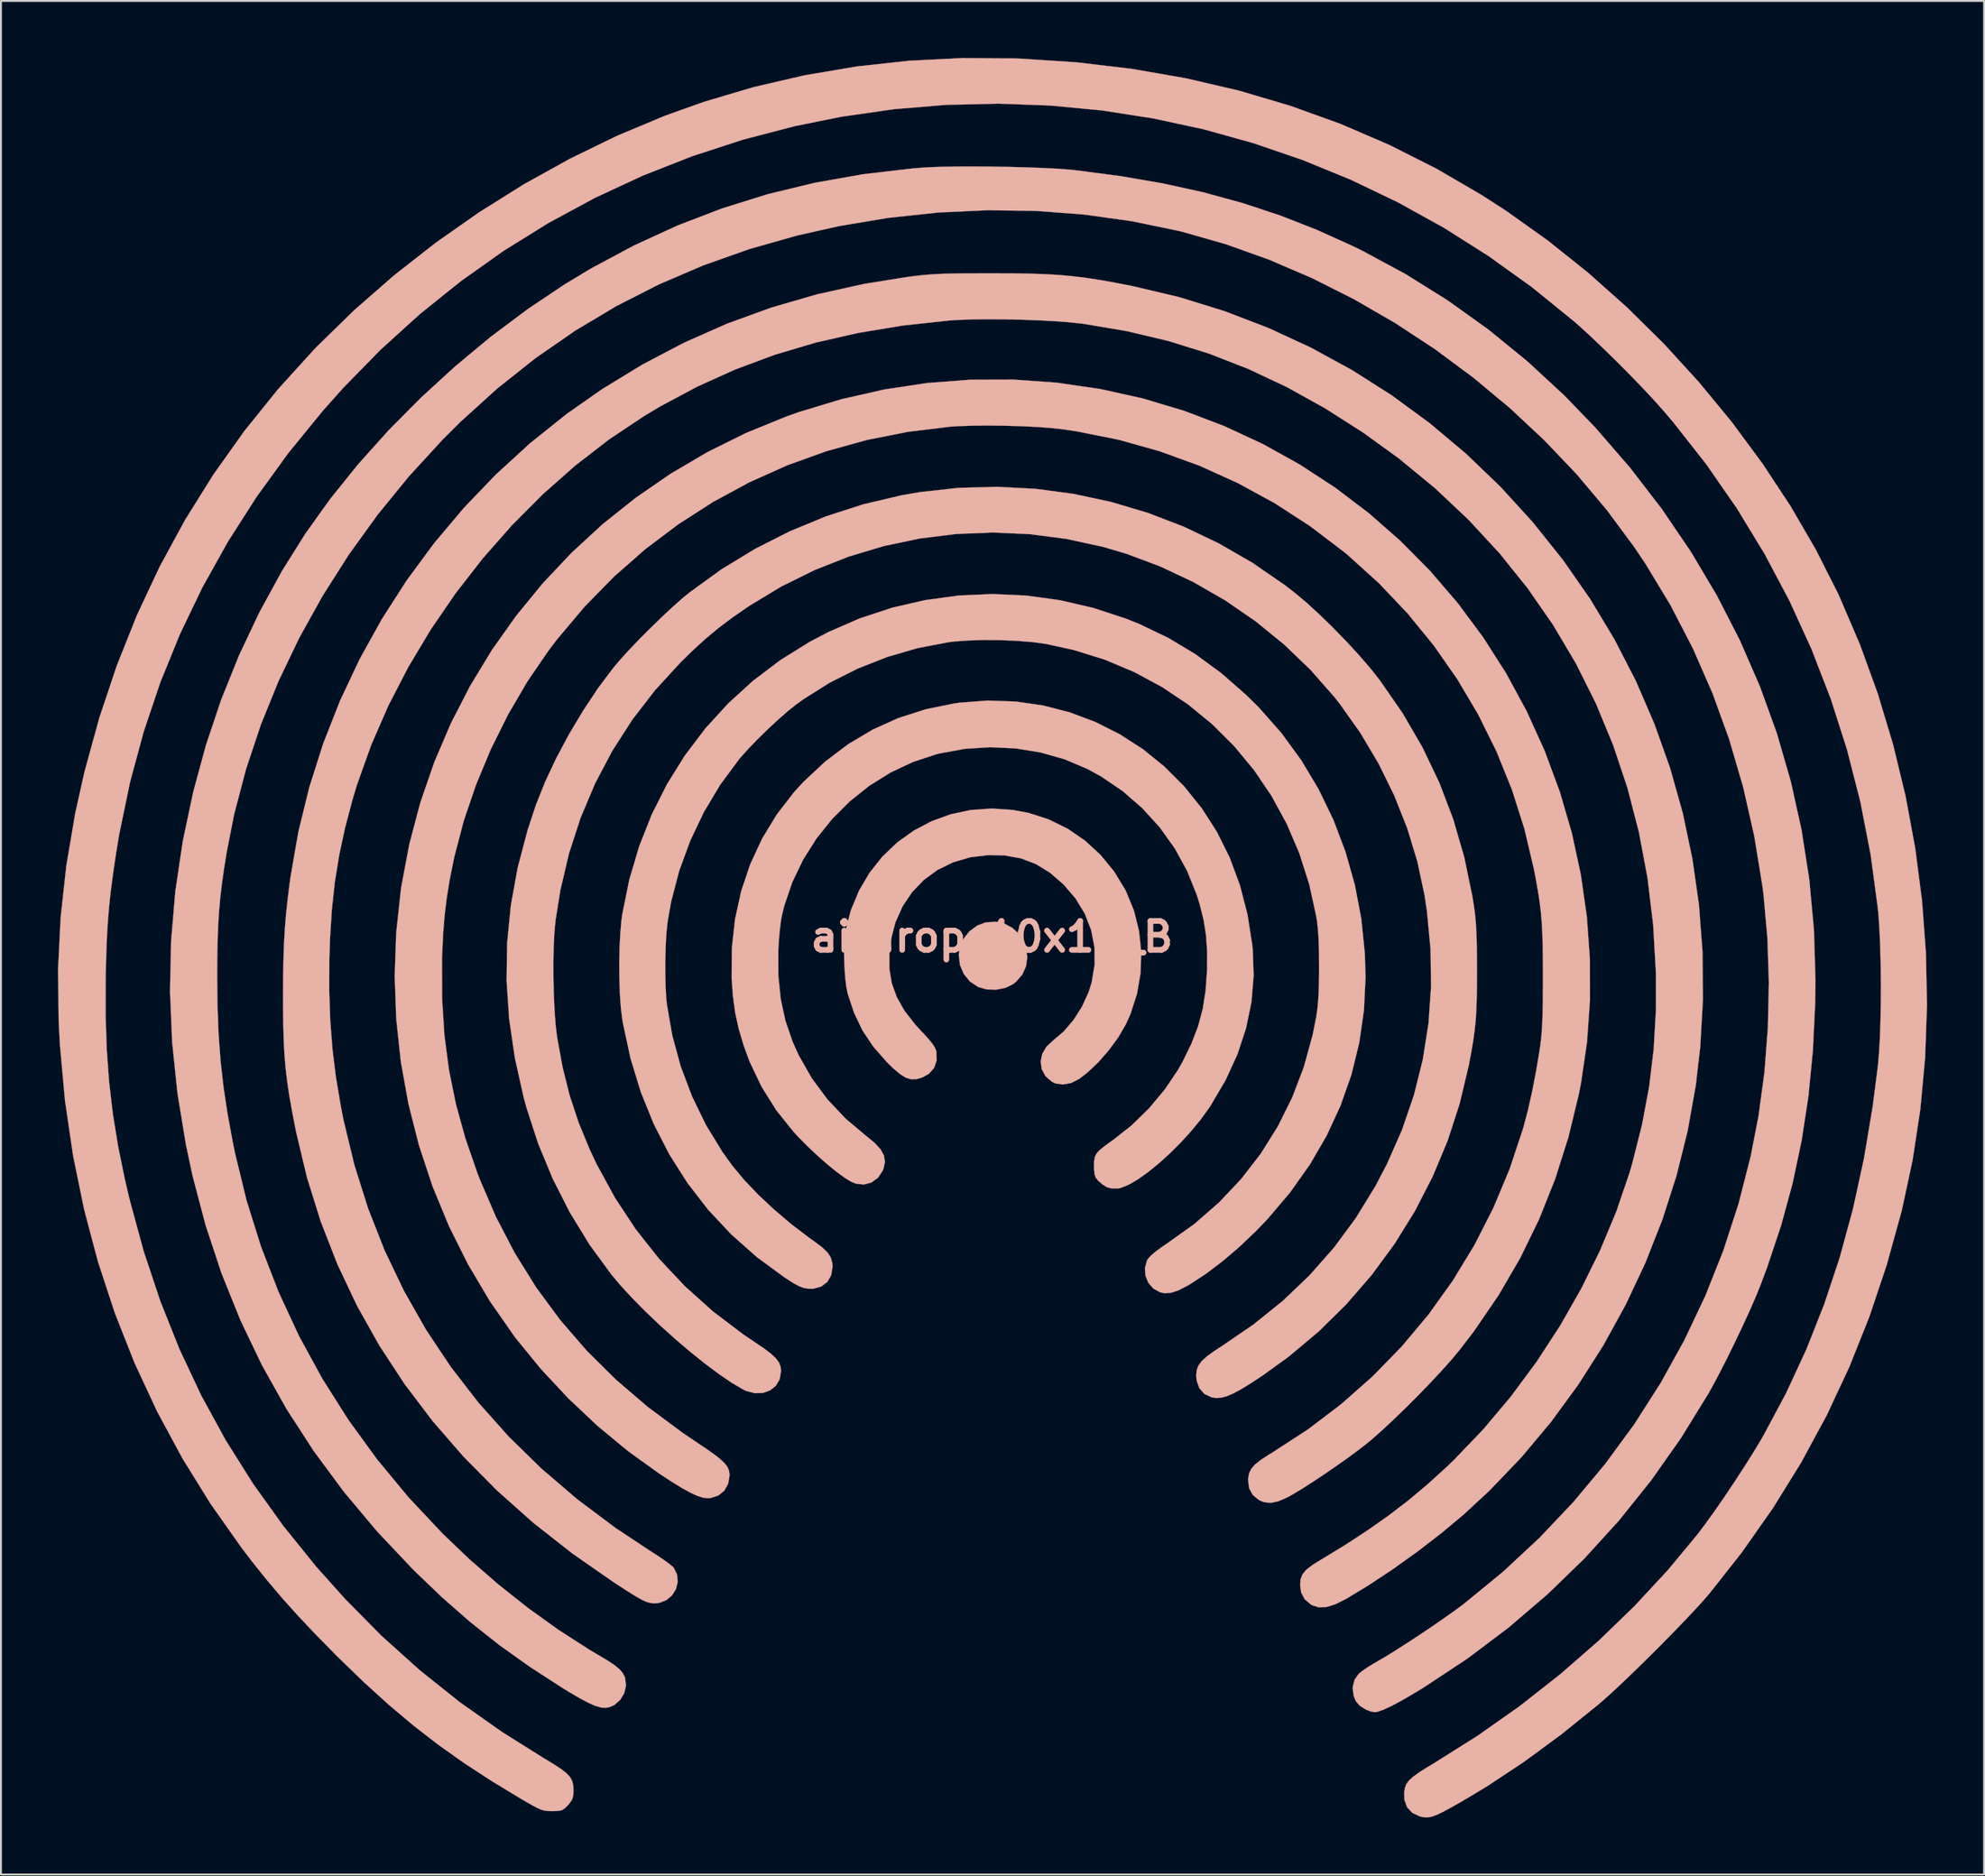
<source format=kicad_pcb>
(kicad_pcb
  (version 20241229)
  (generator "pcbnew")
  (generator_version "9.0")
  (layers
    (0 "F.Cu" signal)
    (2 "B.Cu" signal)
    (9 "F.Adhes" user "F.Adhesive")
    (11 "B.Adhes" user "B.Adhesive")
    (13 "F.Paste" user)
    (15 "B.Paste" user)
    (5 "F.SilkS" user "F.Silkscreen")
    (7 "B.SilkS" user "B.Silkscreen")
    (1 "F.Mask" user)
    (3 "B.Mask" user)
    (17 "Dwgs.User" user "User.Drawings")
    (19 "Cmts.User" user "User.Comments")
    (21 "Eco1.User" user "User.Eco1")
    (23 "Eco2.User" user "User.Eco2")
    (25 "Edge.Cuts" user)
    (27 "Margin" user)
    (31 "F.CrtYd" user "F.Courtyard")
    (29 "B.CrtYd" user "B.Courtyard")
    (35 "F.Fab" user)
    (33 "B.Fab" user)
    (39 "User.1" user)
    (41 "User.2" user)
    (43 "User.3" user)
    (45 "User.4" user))
  (footprint "airdrop_10x10_B"
    (layer "F.Cu")
    (at 49.138 46.255)
    (property "Reference" "airdrop_10x10_B" (at 0 0 0) (layer "B.SilkS") (effects (font (size 1.524 1.524) (thickness 0.3))))
    (attr through_hole)
    (fp_poly (pts (xy 0.669 -0.689) (xy 1.077 -0.471) (xy 1.411 -0.16) (xy 1.66 0.221) (xy 1.815 0.649) (xy 1.864 1.1) (xy 1.798 1.551) (xy 1.606 1.98) (xy 1.279 2.362) (xy 1.111 2.495) (xy 0.705 2.691) (xy 0.223 2.783) (xy -0.273 2.768) (xy -0.72 2.641) (xy -0.726 2.638) (xy -1.158 2.348) (xy -1.481 1.949) (xy -1.68 1.474) (xy -1.739 0.954) (xy -1.689 0.576) (xy -1.497 0.112) (xy -1.177 -0.29) (xy -0.766 -0.593) (xy -0.33 -0.755) (xy 0.196 -0.792) (xy 0.669 -0.689)) (stroke (width 0.01) (type solid)) (fill yes) (layer "B.SilkS"))
    (fp_poly (pts (xy 1.117 -6.674) (xy 1.938 -6.518) (xy 2.998 -6.177) (xy 3.993 -5.686) (xy 4.908 -5.056) (xy 5.728 -4.3) (xy 6.44 -3.429) (xy 7.029 -2.455) (xy 7.059 -2.395) (xy 7.479 -1.372) (xy 7.746 -0.297) (xy 7.861 0.807) (xy 7.824 1.917) (xy 7.635 3.012) (xy 7.294 4.068) (xy 7.047 4.614) (xy 6.658 5.281) (xy 6.169 5.953) (xy 5.618 6.586) (xy 5.042 7.135) (xy 4.59 7.484) (xy 4.172 7.694) (xy 3.745 7.773) (xy 3.35 7.719) (xy 3.158 7.629) (xy 2.822 7.331) (xy 2.626 6.969) (xy 2.569 6.572) (xy 2.651 6.168) (xy 2.87 5.786) (xy 3.225 5.455) (xy 3.229 5.453) (xy 3.792 4.974) (xy 4.307 4.367) (xy 4.748 3.668) (xy 5.091 2.916) (xy 5.252 2.404) (xy 5.408 1.467) (xy 5.399 0.545) (xy 5.227 -0.35) (xy 4.895 -1.207) (xy 4.408 -2.013) (xy 3.773 -2.754) (xy 3.062 -3.37) (xy 2.322 -3.825) (xy 1.535 -4.126) (xy 0.681 -4.281) (xy -0.164 -4.301) (xy -1.137 -4.185) (xy -2.038 -3.921) (xy -2.855 -3.521) (xy -3.577 -2.995) (xy -4.195 -2.352) (xy -4.698 -1.603) (xy -5.074 -0.759) (xy -5.315 0.171) (xy -5.392 0.805) (xy -5.394 1.652) (xy -5.268 2.436) (xy -5.003 3.177) (xy -4.593 3.899) (xy -4.029 4.622) (xy -3.762 4.913) (xy -3.405 5.296) (xy -3.158 5.59) (xy -3.005 5.816) (xy -2.928 5.996) (xy -2.919 6.036) (xy -2.903 6.503) (xy -3.038 6.9) (xy -3.316 7.214) (xy -3.671 7.408) (xy -3.974 7.495) (xy -4.251 7.501) (xy -4.53 7.414) (xy -4.836 7.224) (xy -5.195 6.917) (xy -5.546 6.573) (xy -6.246 5.771) (xy -6.808 4.925) (xy -7.251 3.998) (xy -7.584 2.996) (xy -7.659 2.622) (xy -7.717 2.129) (xy -7.756 1.568) (xy -7.775 0.988) (xy -7.772 0.439) (xy -7.745 -0.028) (xy -7.711 -0.275) (xy -7.418 -1.397) (xy -6.986 -2.434) (xy -6.428 -3.379) (xy -5.756 -4.225) (xy -4.982 -4.962) (xy -4.118 -5.583) (xy -3.177 -6.081) (xy -2.17 -6.447) (xy -1.111 -6.673) (xy -0.011 -6.751) (xy 1.117 -6.674)) (stroke (width 0.01) (type solid)) (fill yes) (layer "B.SilkS"))
    (fp_poly (pts (xy 1.248 -12.383) (xy 2.69 -12.175) (xy 4.092 -11.814) (xy 5.443 -11.307) (xy 6.732 -10.658) (xy 7.948 -9.874) (xy 9.08 -8.959) (xy 10.116 -7.92) (xy 11.046 -6.762) (xy 11.836 -5.53) (xy 12.514 -4.168) (xy 13.053 -2.715) (xy 13.45 -1.178) (xy 13.703 0.436) (xy 13.724 0.635) (xy 13.776 2.036) (xy 13.66 3.427) (xy 13.376 4.808) (xy 12.925 6.177) (xy 12.306 7.531) (xy 11.52 8.869) (xy 11.421 9.019) (xy 10.983 9.624) (xy 10.482 10.234) (xy 9.937 10.831) (xy 9.366 11.4) (xy 8.79 11.922) (xy 8.226 12.381) (xy 7.693 12.761) (xy 7.212 13.043) (xy 6.801 13.212) (xy 6.643 13.247) (xy 6.294 13.244) (xy 6.054 13.177) (xy 5.815 13.029) (xy 5.591 12.835) (xy 5.588 12.831) (xy 5.467 12.672) (xy 5.402 12.491) (xy 5.378 12.23) (xy 5.376 12.067) (xy 5.383 11.8) (xy 5.419 11.592) (xy 5.505 11.414) (xy 5.662 11.237) (xy 5.912 11.031) (xy 6.275 10.768) (xy 6.39 10.688) (xy 7.366 9.916) (xy 8.282 9.018) (xy 9.105 8.031) (xy 9.804 6.991) (xy 10.033 6.584) (xy 10.503 5.621) (xy 10.853 4.709) (xy 11.097 3.794) (xy 11.249 2.826) (xy 11.322 1.766) (xy 11.328 0.797) (xy 11.271 -0.069) (xy 11.142 -0.888) (xy 10.935 -1.719) (xy 10.784 -2.201) (xy 10.277 -3.465) (xy 9.623 -4.656) (xy 8.833 -5.761) (xy 7.919 -6.767) (xy 6.891 -7.662) (xy 5.762 -8.431) (xy 5.013 -8.841) (xy 3.82 -9.345) (xy 2.557 -9.703) (xy 1.246 -9.915) (xy -0.091 -9.978) (xy -1.433 -9.89) (xy -2.757 -9.648) (xy -2.921 -9.607) (xy -4.159 -9.2) (xy -5.339 -8.642) (xy -6.449 -7.948) (xy -7.475 -7.13) (xy -8.405 -6.201) (xy -9.227 -5.174) (xy -9.929 -4.063) (xy -10.497 -2.879) (xy -10.921 -1.637) (xy -11.055 -1.087) (xy -11.109 -0.762) (xy -11.161 -0.322) (xy -11.205 0.176) (xy -11.235 0.678) (xy -11.237 0.729) (xy -11.234 2.047) (xy -11.11 3.268) (xy -10.862 4.418) (xy -10.483 5.525) (xy -10.168 6.226) (xy -9.478 7.441) (xy -8.649 8.56) (xy -7.684 9.581) (xy -6.646 10.454) (xy -6.175 10.841) (xy -5.854 11.19) (xy -5.674 11.52) (xy -5.626 11.849) (xy -5.699 12.197) (xy -5.746 12.313) (xy -5.993 12.684) (xy -6.331 12.93) (xy -6.728 13.037) (xy -7.151 12.995) (xy -7.391 12.899) (xy -7.734 12.69) (xy -8.161 12.377) (xy -8.643 11.985) (xy -9.152 11.538) (xy -9.662 11.06) (xy -10.142 10.576) (xy -10.429 10.268) (xy -11.346 9.122) (xy -12.117 7.89) (xy -12.745 6.571) (xy -13.042 5.767) (xy -13.313 4.865) (xy -13.504 4) (xy -13.626 3.104) (xy -13.692 2.151) (xy -13.679 0.586) (xy -13.51 -0.937) (xy -13.186 -2.409) (xy -12.712 -3.82) (xy -12.09 -5.161) (xy -11.325 -6.424) (xy -10.419 -7.599) (xy -9.921 -8.145) (xy -8.774 -9.218) (xy -7.559 -10.137) (xy -6.272 -10.903) (xy -4.914 -11.515) (xy -3.482 -11.974) (xy -1.977 -12.282) (xy -1.71 -12.32) (xy -0.222 -12.433) (xy 1.248 -12.383)) (stroke (width 0.01) (type solid)) (fill yes) (layer "B.SilkS"))
    (fp_poly (pts (xy 1.821 -17.958) (xy 3.592 -17.713) (xy 5.344 -17.307) (xy 7.068 -16.739) (xy 7.789 -16.449) (xy 9.287 -15.729) (xy 10.714 -14.872) (xy 12.08 -13.869) (xy 13.398 -12.713) (xy 14.061 -12.056) (xy 15.234 -10.726) (xy 16.28 -9.292) (xy 17.194 -7.763) (xy 17.972 -6.153) (xy 18.608 -4.472) (xy 19.099 -2.732) (xy 19.44 -0.944) (xy 19.626 0.881) (xy 19.662 2.117) (xy 19.579 3.865) (xy 19.331 5.579) (xy 18.921 7.252) (xy 18.349 8.881) (xy 17.619 10.461) (xy 16.732 11.988) (xy 15.69 13.458) (xy 14.495 14.866) (xy 13.888 15.499) (xy 13.02 16.323) (xy 12.137 17.077) (xy 11.27 17.734) (xy 10.449 18.272) (xy 10.3 18.36) (xy 9.826 18.603) (xy 9.439 18.734) (xy 9.107 18.761) (xy 8.86 18.713) (xy 8.501 18.518) (xy 8.237 18.214) (xy 8.083 17.841) (xy 8.053 17.438) (xy 8.162 17.046) (xy 8.209 16.958) (xy 8.361 16.787) (xy 8.632 16.557) (xy 8.994 16.292) (xy 9.246 16.123) (xy 10.664 15.109) (xy 11.956 13.981) (xy 13.121 12.746) (xy 14.153 11.411) (xy 15.048 9.98) (xy 15.803 8.461) (xy 16.415 6.858) (xy 16.878 5.178) (xy 17.074 4.191) (xy 17.134 3.764) (xy 17.177 3.276) (xy 17.204 2.698) (xy 17.217 1.998) (xy 17.219 1.566) (xy 17.213 0.789) (xy 17.194 0.15) (xy 17.159 -0.381) (xy 17.108 -0.837) (xy 17.074 -1.058) (xy 16.699 -2.767) (xy 16.177 -4.4) (xy 15.514 -5.95) (xy 14.718 -7.412) (xy 13.793 -8.777) (xy 12.748 -10.04) (xy 11.589 -11.194) (xy 10.322 -12.232) (xy 8.953 -13.148) (xy 7.49 -13.935) (xy 5.939 -14.587) (xy 4.307 -15.096) (xy 2.828 -15.418) (xy 2.153 -15.51) (xy 1.362 -15.575) (xy 0.508 -15.612) (xy -0.361 -15.62) (xy -1.192 -15.598) (xy -1.936 -15.546) (xy -2.286 -15.504) (xy -3.908 -15.193) (xy -5.505 -14.728) (xy -7.053 -14.119) (xy -8.529 -13.376) (xy -9.909 -12.508) (xy -10.304 -12.223) (xy -10.741 -11.873) (xy -11.247 -11.429) (xy -11.787 -10.928) (xy -12.32 -10.405) (xy -12.81 -9.898) (xy -13.218 -9.443) (xy -13.306 -9.338) (xy -14.29 -8.007) (xy -15.147 -6.574) (xy -15.869 -5.06) (xy -16.446 -3.484) (xy -16.871 -1.866) (xy -17.055 -0.836) (xy -17.115 -0.291) (xy -17.157 0.373) (xy -17.18 1.105) (xy -17.184 1.855) (xy -17.169 2.573) (xy -17.133 3.21) (xy -17.099 3.558) (xy -16.813 5.203) (xy -16.37 6.824) (xy -15.776 8.399) (xy -15.042 9.907) (xy -14.174 11.328) (xy -13.644 12.065) (xy -13.025 12.807) (xy -12.281 13.585) (xy -11.444 14.369) (xy -10.545 15.131) (xy -9.616 15.839) (xy -9.356 16.024) (xy -8.936 16.338) (xy -8.651 16.612) (xy -8.478 16.875) (xy -8.396 17.155) (xy -8.382 17.37) (xy -8.455 17.815) (xy -8.66 18.167) (xy -8.978 18.409) (xy -9.387 18.522) (xy -9.667 18.521) (xy -9.889 18.482) (xy -10.122 18.398) (xy -10.403 18.25) (xy -10.769 18.02) (xy -10.902 17.933) (xy -12.365 16.858) (xy -13.707 15.668) (xy -14.924 14.368) (xy -16.012 12.962) (xy -16.968 11.455) (xy -17.79 9.853) (xy -18.474 8.161) (xy -19.016 6.383) (xy -19.415 4.525) (xy -19.443 4.36) (xy -19.517 3.763) (xy -19.569 3.042) (xy -19.598 2.241) (xy -19.604 1.404) (xy -19.588 0.575) (xy -19.548 -0.201) (xy -19.487 -0.882) (xy -19.446 -1.182) (xy -19.076 -3.006) (xy -18.556 -4.763) (xy -17.891 -6.444) (xy -17.085 -8.043) (xy -16.144 -9.553) (xy -15.072 -10.967) (xy -13.876 -12.278) (xy -12.56 -13.478) (xy -11.13 -14.561) (xy -9.59 -15.52) (xy -8.594 -16.043) (xy -6.936 -16.763) (xy -5.233 -17.324) (xy -3.495 -17.723) (xy -1.733 -17.962) (xy 0.043 -18.041) (xy 1.821 -17.958)) (stroke (width 0.01) (type solid)) (fill yes) (layer "B.SilkS"))
    (fp_poly (pts (xy 2.286 -23.578) (xy 4.289 -23.312) (xy 6.267 -22.889) (xy 8.209 -22.311) (xy 10.104 -21.583) (xy 11.941 -20.706) (xy 13.711 -19.684) (xy 15.401 -18.52) (xy 15.917 -18.123) (xy 16.545 -17.596) (xy 17.236 -16.965) (xy 17.956 -16.263) (xy 18.672 -15.525) (xy 19.351 -14.786) (xy 19.958 -14.079) (xy 20.412 -13.504) (xy 21.612 -11.769) (xy 22.655 -9.975) (xy 23.542 -8.117) (xy 24.275 -6.191) (xy 24.856 -4.192) (xy 25.286 -2.117) (xy 25.374 -1.566) (xy 25.425 -1.174) (xy 25.464 -0.756) (xy 25.493 -0.283) (xy 25.512 0.272) (xy 25.522 0.938) (xy 25.526 1.743) (xy 25.526 1.778) (xy 25.523 2.608) (xy 25.512 3.305) (xy 25.49 3.906) (xy 25.454 4.447) (xy 25.399 4.965) (xy 25.324 5.496) (xy 25.225 6.078) (xy 25.098 6.746) (xy 25.093 6.773) (xy 24.616 8.779) (xy 23.982 10.729) (xy 23.197 12.613) (xy 22.266 14.425) (xy 21.194 16.156) (xy 19.987 17.798) (xy 18.65 19.342) (xy 17.19 20.78) (xy 15.61 22.105) (xy 14.253 23.085) (xy 13.626 23.499) (xy 13.111 23.815) (xy 12.688 24.042) (xy 12.338 24.189) (xy 12.042 24.263) (xy 11.778 24.274) (xy 11.561 24.238) (xy 11.189 24.063) (xy 10.923 23.766) (xy 10.777 23.366) (xy 10.753 23.088) (xy 10.779 22.813) (xy 10.871 22.566) (xy 11.047 22.327) (xy 11.325 22.075) (xy 11.725 21.787) (xy 12.086 21.553) (xy 13.768 20.404) (xy 15.313 19.158) (xy 16.723 17.811) (xy 18.002 16.36) (xy 19.153 14.801) (xy 20.179 13.13) (xy 20.781 11.98) (xy 21.578 10.175) (xy 22.209 8.337) (xy 22.675 6.465) (xy 22.976 4.559) (xy 23.111 2.617) (xy 23.082 0.637) (xy 22.889 -1.382) (xy 22.767 -2.187) (xy 22.392 -3.953) (xy 21.857 -5.711) (xy 21.171 -7.442) (xy 20.344 -9.126) (xy 19.384 -10.741) (xy 18.3 -12.27) (xy 18.029 -12.614) (xy 16.765 -14.052) (xy 15.376 -15.386) (xy 13.877 -16.606) (xy 12.283 -17.703) (xy 10.607 -18.668) (xy 8.865 -19.49) (xy 7.071 -20.162) (xy 5.832 -20.527) (xy 3.917 -20.943) (xy 1.987 -21.193) (xy 0.054 -21.278) (xy -1.874 -21.202) (xy -3.785 -20.964) (xy -5.671 -20.568) (xy -7.521 -20.014) (xy -9.324 -19.304) (xy -11.071 -18.44) (xy -12.753 -17.424) (xy -12.864 -17.35) (xy -13.675 -16.786) (xy -14.395 -16.243) (xy -15.073 -15.678) (xy -15.758 -15.051) (xy -16.383 -14.439) (xy -17.722 -12.978) (xy -18.919 -11.426) (xy -19.972 -9.786) (xy -20.88 -8.064) (xy -21.639 -6.264) (xy -22.249 -4.389) (xy -22.706 -2.446) (xy -22.959 -0.847) (xy -23.017 -0.232) (xy -23.054 0.508) (xy -23.071 1.333) (xy -23.068 2.201) (xy -23.047 3.071) (xy -23.008 3.899) (xy -22.952 4.646) (xy -22.878 5.268) (xy -22.874 5.292) (xy -22.584 6.881) (xy -22.211 8.363) (xy -21.741 9.786) (xy -21.159 11.198) (xy -20.789 11.98) (xy -19.829 13.74) (xy -18.736 15.396) (xy -17.512 16.945) (xy -16.158 18.386) (xy -14.677 19.716) (xy -13.07 20.934) (xy -12.504 21.316) (xy -11.998 21.658) (xy -11.624 21.941) (xy -11.365 22.183) (xy -11.201 22.404) (xy -11.116 22.624) (xy -11.092 22.861) (xy -11.164 23.287) (xy -11.363 23.628) (xy -11.665 23.872) (xy -12.043 24.007) (xy -12.473 24.021) (xy -12.928 23.902) (xy -13.09 23.826) (xy -13.683 23.475) (xy -14.361 23.013) (xy -15.1 22.46) (xy -15.878 21.836) (xy -16.671 21.159) (xy -17.458 20.451) (xy -18.215 19.731) (xy -18.919 19.019) (xy -19.549 18.334) (xy -20.015 17.78) (xy -21.166 16.205) (xy -22.198 14.52) (xy -23.102 12.741) (xy -23.87 10.888) (xy -24.491 8.979) (xy -24.637 8.439) (xy -25.099 6.364) (xy -25.397 4.326) (xy -25.532 2.317) (xy -25.503 0.328) (xy -25.309 -1.651) (xy -24.951 -3.628) (xy -24.428 -5.612) (xy -23.988 -6.943) (xy -23.512 -8.138) (xy -22.923 -9.393) (xy -22.244 -10.665) (xy -21.498 -11.914) (xy -20.71 -13.098) (xy -19.93 -14.139) (xy -19.559 -14.578) (xy -19.089 -15.095) (xy -18.548 -15.66) (xy -17.968 -16.243) (xy -17.379 -16.815) (xy -16.811 -17.346) (xy -16.294 -17.804) (xy -15.917 -18.115) (xy -14.241 -19.331) (xy -12.474 -20.408) (xy -10.63 -21.343) (xy -8.722 -22.13) (xy -6.763 -22.762) (xy -4.766 -23.234) (xy -3.768 -23.407) (xy -1.753 -23.628) (xy 0.268 -23.684) (xy 2.286 -23.578)) (stroke (width 0.01) (type solid)) (fill yes) (layer "B.SilkS"))
    (fp_poly (pts (xy 3.412 -29.164) (xy 5.685 -28.833) (xy 5.723 -28.826) (xy 7.956 -28.33) (xy 10.127 -27.679) (xy 12.229 -26.879) (xy 14.257 -25.936) (xy 16.204 -24.854) (xy 18.064 -23.64) (xy 19.832 -22.298) (xy 21.5 -20.834) (xy 23.063 -19.254) (xy 24.515 -17.562) (xy 25.849 -15.764) (xy 27.06 -13.866) (xy 28.141 -11.873) (xy 29.086 -9.79) (xy 29.888 -7.622) (xy 29.894 -7.604) (xy 30.52 -5.453) (xy 30.991 -3.266) (xy 31.307 -1.057) (xy 31.466 1.159) (xy 31.469 3.367) (xy 31.314 5.553) (xy 31 7.701) (xy 30.892 8.253) (xy 30.339 10.541) (xy 29.641 12.743) (xy 28.797 14.861) (xy 27.804 16.902) (xy 26.66 18.868) (xy 25.364 20.764) (xy 24.601 21.759) (xy 24.184 22.258) (xy 23.67 22.834) (xy 23.085 23.461) (xy 22.455 24.112) (xy 21.808 24.761) (xy 21.17 25.379) (xy 20.568 25.942) (xy 20.028 26.421) (xy 19.685 26.706) (xy 19.222 27.062) (xy 18.68 27.46) (xy 18.09 27.877) (xy 17.484 28.293) (xy 16.891 28.686) (xy 16.344 29.037) (xy 15.873 29.323) (xy 15.551 29.502) (xy 15.075 29.711) (xy 14.676 29.794) (xy 14.318 29.755) (xy 14.06 29.648) (xy 13.733 29.383) (xy 13.537 29.02) (xy 13.482 28.579) (xy 13.487 28.508) (xy 13.536 28.24) (xy 13.648 28.005) (xy 13.843 27.778) (xy 14.143 27.537) (xy 14.57 27.259) (xy 14.732 27.161) (xy 16.616 25.939) (xy 18.388 24.593) (xy 20.042 23.13) (xy 21.575 21.556) (xy 22.981 19.876) (xy 24.255 18.096) (xy 25.394 16.223) (xy 26.392 14.263) (xy 27.245 12.221) (xy 27.949 10.103) (xy 27.981 9.992) (xy 28.21 9.119) (xy 28.433 8.125) (xy 28.64 7.059) (xy 28.821 5.969) (xy 28.846 5.8) (xy 28.892 5.451) (xy 28.927 5.081) (xy 28.954 4.665) (xy 28.974 4.178) (xy 28.986 3.595) (xy 28.993 2.891) (xy 28.995 2.074) (xy 28.992 1.183) (xy 28.983 0.43) (xy 28.963 -0.22) (xy 28.931 -0.797) (xy 28.884 -1.334) (xy 28.819 -1.864) (xy 28.733 -2.418) (xy 28.624 -3.03) (xy 28.524 -3.556) (xy 28.024 -5.675) (xy 27.366 -7.743) (xy 26.555 -9.752) (xy 25.595 -11.693) (xy 24.491 -13.558) (xy 23.25 -15.336) (xy 21.875 -17.021) (xy 20.372 -18.604) (xy 18.747 -20.075) (xy 18.532 -20.254) (xy 16.751 -21.609) (xy 14.885 -22.82) (xy 12.94 -23.882) (xy 10.922 -24.794) (xy 8.839 -25.552) (xy 6.697 -26.154) (xy 4.501 -26.596) (xy 3.725 -26.712) (xy 3.103 -26.78) (xy 2.355 -26.835) (xy 1.524 -26.875) (xy 0.652 -26.9) (xy -0.218 -26.909) (xy -1.043 -26.901) (xy -1.78 -26.875) (xy -2.208 -26.846) (xy -4.425 -26.576) (xy -6.594 -26.145) (xy -8.709 -25.557) (xy -10.764 -24.816) (xy -12.751 -23.926) (xy -14.663 -22.891) (xy -16.494 -21.715) (xy -18.236 -20.401) (xy -19.883 -18.954) (xy -21.427 -17.377) (xy -22.862 -15.674) (xy -23.333 -15.055) (xy -24.444 -13.429) (xy -25.459 -11.69) (xy -26.364 -9.868) (xy -27.145 -7.993) (xy -27.79 -6.095) (xy -28.284 -4.203) (xy -28.314 -4.064) (xy -28.522 -3.026) (xy -28.68 -2.063) (xy -28.795 -1.12) (xy -28.874 -0.139) (xy -28.922 0.936) (xy -28.931 1.284) (xy -28.925 3.277) (xy -28.806 5.172) (xy -28.566 7.002) (xy -28.201 8.8) (xy -27.705 10.599) (xy -27.072 12.431) (xy -26.953 12.742) (xy -26.089 14.752) (xy -25.096 16.657) (xy -23.972 18.462) (xy -22.714 20.169) (xy -21.318 21.784) (xy -19.782 23.308) (xy -18.102 24.747) (xy -16.275 26.104) (xy -15.61 26.554) (xy -15.043 26.934) (xy -14.606 27.243) (xy -14.282 27.498) (xy -14.056 27.713) (xy -13.911 27.905) (xy -13.832 28.089) (xy -13.802 28.282) (xy -13.801 28.345) (xy -13.874 28.789) (xy -14.078 29.151) (xy -14.392 29.408) (xy -14.793 29.538) (xy -14.959 29.548) (xy -15.202 29.519) (xy -15.497 29.425) (xy -15.861 29.258) (xy -16.309 29.01) (xy -16.858 28.672) (xy -17.508 28.247) (xy -19.154 27.061) (xy -20.757 25.733) (xy -22.288 24.289) (xy -23.72 22.755) (xy -25.025 21.158) (xy -25.115 21.04) (xy -26.412 19.177) (xy -27.566 17.23) (xy -28.573 15.209) (xy -29.433 13.123) (xy -30.141 10.981) (xy -30.697 8.794) (xy -31.097 6.572) (xy -31.339 4.322) (xy -31.421 2.057) (xy -31.34 -0.216) (xy -31.094 -2.487) (xy -31.069 -2.654) (xy -30.648 -4.887) (xy -30.07 -7.065) (xy -29.34 -9.182) (xy -28.465 -11.231) (xy -27.45 -13.205) (xy -26.301 -15.099) (xy -25.022 -16.904) (xy -23.62 -18.614) (xy -22.101 -20.223) (xy -20.469 -21.725) (xy -18.731 -23.111) (xy -16.892 -24.377) (xy -14.958 -25.514) (xy -12.933 -26.517) (xy -10.825 -27.378) (xy -10.16 -27.614) (xy -7.923 -28.292) (xy -5.671 -28.803) (xy -3.408 -29.146) (xy -1.138 -29.32) (xy 1.137 -29.327) (xy 3.412 -29.164)) (stroke (width 0.01) (type solid)) (fill yes) (layer "B.SilkS"))
    (fp_poly (pts (xy 1.097 -34.917) (xy 2.015 -34.902) (xy 2.83 -34.874) (xy 3.574 -34.829) (xy 4.281 -34.764) (xy 4.983 -34.677) (xy 5.713 -34.564) (xy 6.503 -34.423) (xy 7.388 -34.25) (xy 7.417 -34.244) (xy 9.855 -33.667) (xy 12.234 -32.932) (xy 14.548 -32.045) (xy 16.791 -31.007) (xy 18.957 -29.824) (xy 21.042 -28.498) (xy 23.038 -27.033) (xy 24.941 -25.433) (xy 26.745 -23.701) (xy 28.444 -21.841) (xy 30.032 -19.856) (xy 30.047 -19.837) (xy 31.477 -17.784) (xy 32.758 -15.656) (xy 33.888 -13.459) (xy 34.864 -11.199) (xy 35.686 -8.884) (xy 36.352 -6.52) (xy 36.859 -4.114) (xy 37.207 -1.672) (xy 37.393 0.797) (xy 37.416 3.289) (xy 37.274 5.795) (xy 37.037 7.832) (xy 36.611 10.216) (xy 36.024 12.572) (xy 35.28 14.891) (xy 34.387 17.159) (xy 33.349 19.368) (xy 32.172 21.506) (xy 30.863 23.562) (xy 29.428 25.526) (xy 27.871 27.386) (xy 26.199 29.133) (xy 24.828 30.403) (xy 23.658 31.382) (xy 22.393 32.358) (xy 21.081 33.297) (xy 19.772 34.162) (xy 18.642 34.845) (xy 18.079 35.128) (xy 17.601 35.277) (xy 17.194 35.292) (xy 16.844 35.177) (xy 16.79 35.145) (xy 16.457 34.86) (xy 16.272 34.502) (xy 16.22 34.119) (xy 16.245 33.81) (xy 16.347 33.551) (xy 16.546 33.312) (xy 16.866 33.065) (xy 17.194 32.86) (xy 18.55 32.035) (xy 19.773 31.238) (xy 20.893 30.449) (xy 21.939 29.646) (xy 22.939 28.806) (xy 23.924 27.909) (xy 24.332 27.517) (xy 25.858 25.924) (xy 27.302 24.208) (xy 28.65 22.388) (xy 29.892 20.484) (xy 31.015 18.515) (xy 32.007 16.501) (xy 32.858 14.461) (xy 33.555 12.416) (xy 33.697 11.928) (xy 34.206 9.911) (xy 34.58 7.927) (xy 34.823 5.936) (xy 34.94 3.899) (xy 34.941 1.905) (xy 34.797 -0.631) (xy 34.499 -3.103) (xy 34.047 -5.506) (xy 33.443 -7.839) (xy 32.688 -10.098) (xy 31.784 -12.28) (xy 30.733 -14.384) (xy 29.536 -16.405) (xy 28.194 -18.341) (xy 26.71 -20.189) (xy 25.084 -21.947) (xy 23.319 -23.611) (xy 21.415 -25.178) (xy 19.558 -26.522) (xy 17.55 -27.805) (xy 15.535 -28.925) (xy 13.497 -29.886) (xy 11.423 -30.694) (xy 9.299 -31.355) (xy 7.111 -31.875) (xy 4.843 -32.258) (xy 4.784 -32.266) (xy 4.138 -32.337) (xy 3.363 -32.397) (xy 2.496 -32.444) (xy 1.575 -32.478) (xy 0.64 -32.498) (xy -0.271 -32.502) (xy -1.119 -32.491) (xy -1.865 -32.462) (xy -2.244 -32.436) (xy -4.695 -32.17) (xy -7.036 -31.783) (xy -9.277 -31.271) (xy -11.43 -30.631) (xy -13.505 -29.858) (xy -15.514 -28.951) (xy -17.468 -27.905) (xy -18.291 -27.413) (xy -20.141 -26.178) (xy -21.926 -24.797) (xy -23.636 -23.284) (xy -25.26 -21.652) (xy -26.789 -19.913) (xy -28.214 -18.082) (xy -29.523 -16.171) (xy -30.706 -14.194) (xy -31.755 -12.164) (xy -32.658 -10.093) (xy -33.406 -7.996) (xy -33.647 -7.197) (xy -34.034 -5.728) (xy -34.34 -4.305) (xy -34.569 -2.883) (xy -34.729 -1.416) (xy -34.826 0.139) (xy -34.858 1.154) (xy -34.865 2.833) (xy -34.812 4.402) (xy -34.696 5.908) (xy -34.511 7.402) (xy -34.253 8.93) (xy -34.111 9.652) (xy -33.54 12.017) (xy -32.818 14.305) (xy -31.948 16.516) (xy -30.929 18.646) (xy -29.765 20.694) (xy -28.456 22.656) (xy -27.004 24.531) (xy -25.412 26.316) (xy -23.68 28.009) (xy -21.81 29.608) (xy -19.804 31.111) (xy -18.025 32.291) (xy -17.623 32.549) (xy -17.264 32.792) (xy -16.977 33) (xy -16.789 33.152) (xy -16.741 33.203) (xy -16.562 33.567) (xy -16.528 33.952) (xy -16.62 34.326) (xy -16.823 34.656) (xy -17.12 34.91) (xy -17.493 35.057) (xy -17.728 35.08) (xy -17.891 35.072) (xy -18.052 35.043) (xy -18.233 34.98) (xy -18.455 34.873) (xy -18.74 34.71) (xy -19.11 34.481) (xy -19.587 34.174) (xy -19.897 33.972) (xy -22.085 32.448) (xy -24.134 30.837) (xy -26.041 29.138) (xy -27.805 27.354) (xy -29.425 25.487) (xy -30.9 23.54) (xy -32.227 21.514) (xy -33.406 19.411) (xy -34.435 17.234) (xy -35.312 14.984) (xy -36.037 12.663) (xy -36.607 10.274) (xy -36.621 10.202) (xy -36.805 9.26) (xy -36.954 8.427) (xy -37.07 7.666) (xy -37.157 6.938) (xy -37.22 6.206) (xy -37.261 5.433) (xy -37.284 4.579) (xy -37.294 3.608) (xy -37.294 3.217) (xy -37.29 2.155) (xy -37.274 1.224) (xy -37.246 0.386) (xy -37.201 -0.395) (xy -37.139 -1.158) (xy -37.057 -1.941) (xy -36.952 -2.78) (xy -36.904 -3.133) (xy -36.49 -5.518) (xy -35.915 -7.865) (xy -35.183 -10.167) (xy -34.3 -12.414) (xy -33.27 -14.6) (xy -32.098 -16.716) (xy -30.79 -18.755) (xy -29.35 -20.709) (xy -27.784 -22.569) (xy -26.097 -24.329) (xy -24.293 -25.979) (xy -22.377 -27.513) (xy -20.524 -28.812) (xy -18.384 -30.12) (xy -16.187 -31.272) (xy -13.927 -32.271) (xy -11.598 -33.118) (xy -9.195 -33.815) (xy -6.713 -34.364) (xy -4.445 -34.729) (xy -4.035 -34.781) (xy -3.657 -34.823) (xy -3.285 -34.856) (xy -2.893 -34.881) (xy -2.456 -34.899) (xy -1.948 -34.91) (xy -1.342 -34.917) (xy -0.612 -34.92) (xy 0.042 -34.921) (xy 1.097 -34.917)) (stroke (width 0.01) (type solid)) (fill yes) (layer "B.SilkS"))
    (fp_poly (pts (xy 0.054 -40.535) (xy 0.959 -40.519) (xy 1.841 -40.495) (xy 2.669 -40.464) (xy 3.411 -40.427) (xy 4.036 -40.382) (xy 4.36 -40.351) (xy 6.744 -40.04) (xy 8.995 -39.652) (xy 11.135 -39.181) (xy 13.185 -38.62) (xy 15.168 -37.964) (xy 17.103 -37.207) (xy 19.012 -36.343) (xy 19.473 -36.117) (xy 21.761 -34.884) (xy 23.975 -33.501) (xy 26.11 -31.972) (xy 28.158 -30.304) (xy 30.111 -28.501) (xy 31.74 -26.815) (xy 33.578 -24.691) (xy 35.26 -22.505) (xy 36.785 -20.259) (xy 38.153 -17.954) (xy 39.363 -15.593) (xy 40.414 -13.177) (xy 41.305 -10.709) (xy 42.035 -8.191) (xy 42.604 -5.624) (xy 43.012 -3.011) (xy 43.256 -0.354) (xy 43.337 2.345) (xy 43.322 3.471) (xy 43.201 5.982) (xy 42.966 8.388) (xy 42.611 10.712) (xy 42.132 12.977) (xy 41.525 15.207) (xy 40.784 17.425) (xy 40.411 18.415) (xy 40.157 19.033) (xy 39.838 19.759) (xy 39.472 20.554) (xy 39.079 21.379) (xy 38.678 22.196) (xy 38.286 22.965) (xy 37.923 23.648) (xy 37.7 24.045) (xy 36.258 26.384) (xy 34.69 28.611) (xy 32.996 30.724) (xy 31.179 32.721) (xy 29.242 34.6) (xy 27.187 36.358) (xy 25.015 37.994) (xy 22.729 39.506) (xy 22.371 39.724) (xy 21.648 40.15) (xy 21.057 40.47) (xy 20.598 40.684) (xy 20.272 40.794) (xy 20.151 40.809) (xy 19.924 40.769) (xy 19.685 40.676) (xy 19.359 40.47) (xy 19.156 40.236) (xy 19.038 39.957) (xy 18.984 39.52) (xy 19.08 39.114) (xy 19.299 38.796) (xy 19.479 38.648) (xy 19.762 38.454) (xy 20.101 38.244) (xy 20.289 38.136) (xy 20.72 37.884) (xy 21.255 37.553) (xy 21.86 37.166) (xy 22.502 36.744) (xy 23.149 36.309) (xy 23.768 35.882) (xy 24.326 35.487) (xy 24.79 35.145) (xy 24.85 35.099) (xy 26.892 33.424) (xy 28.812 31.637) (xy 30.604 29.745) (xy 32.265 27.754) (xy 33.793 25.671) (xy 35.182 23.5) (xy 36.429 21.249) (xy 37.531 18.923) (xy 38.484 16.529) (xy 39.284 14.072) (xy 39.927 11.559) (xy 40.339 9.44) (xy 40.65 7.147) (xy 40.832 4.792) (xy 40.885 2.416) (xy 40.808 0.058) (xy 40.601 -2.24) (xy 40.548 -2.653) (xy 40.116 -5.301) (xy 39.533 -7.88) (xy 38.8 -10.386) (xy 37.919 -12.817) (xy 36.892 -15.167) (xy 35.72 -17.434) (xy 34.404 -19.613) (xy 33.818 -20.489) (xy 32.368 -22.45) (xy 30.782 -24.334) (xy 29.07 -26.133) (xy 27.246 -27.838) (xy 25.321 -29.44) (xy 23.308 -30.933) (xy 21.217 -32.306) (xy 19.061 -33.553) (xy 16.852 -34.665) (xy 14.603 -35.632) (xy 12.324 -36.448) (xy 10.028 -37.104) (xy 9.821 -37.155) (xy 7.376 -37.661) (xy 4.879 -38.011) (xy 2.339 -38.204) (xy -0.23 -38.24) (xy -2.82 -38.12) (xy -5.418 -37.843) (xy -8.015 -37.41) (xy -10.246 -36.91) (xy -12.758 -36.197) (xy -15.182 -35.339) (xy -17.519 -34.336) (xy -19.771 -33.188) (xy -21.938 -31.892) (xy -24.021 -30.449) (xy -26.023 -28.858) (xy -27.943 -27.119) (xy -28.914 -26.152) (xy -30.683 -24.222) (xy -32.325 -22.206) (xy -33.835 -20.113) (xy -35.209 -17.953) (xy -36.442 -15.734) (xy -37.529 -13.466) (xy -38.465 -11.158) (xy -39.245 -8.819) (xy -39.865 -6.458) (xy -40.25 -4.509) (xy -40.395 -3.615) (xy -40.51 -2.806) (xy -40.6 -2.042) (xy -40.666 -1.288) (xy -40.713 -0.504) (xy -40.742 0.346) (xy -40.757 1.301) (xy -40.761 2.074) (xy -40.744 3.664) (xy -40.686 5.136) (xy -40.582 6.537) (xy -40.427 7.914) (xy -40.216 9.315) (xy -39.944 10.788) (xy -39.826 11.37) (xy -39.218 13.869) (xy -38.453 16.312) (xy -37.531 18.693) (xy -36.457 21.008) (xy -35.232 23.253) (xy -33.86 25.421) (xy -32.344 27.509) (xy -30.685 29.512) (xy -28.888 31.424) (xy -27.494 32.757) (xy -25.975 34.08) (xy -24.402 35.327) (xy -22.807 36.473) (xy -21.225 37.493) (xy -20.701 37.803) (xy -20.21 38.096) (xy -19.85 38.337) (xy -19.597 38.545) (xy -19.429 38.74) (xy -19.322 38.941) (xy -19.298 39.008) (xy -19.249 39.406) (xy -19.341 39.804) (xy -19.552 40.16) (xy -19.857 40.43) (xy -20.128 40.55) (xy -20.342 40.582) (xy -20.585 40.559) (xy -20.876 40.472) (xy -21.235 40.314) (xy -21.682 40.077) (xy -22.236 39.752) (xy -22.564 39.552) (xy -24.3 38.429) (xy -25.913 37.278) (xy -27.446 36.064) (xy -28.941 34.754) (xy -30.438 33.317) (xy -32.338 31.304) (xy -34.085 29.222) (xy -35.678 27.068) (xy -37.119 24.841) (xy -38.408 22.54) (xy -39.545 20.163) (xy -40.533 17.71) (xy -41.37 15.179) (xy -42.059 12.568) (xy -42.408 10.922) (xy -42.852 8.217) (xy -43.13 5.541) (xy -43.242 2.886) (xy -43.186 0.247) (xy -42.964 -2.383) (xy -42.574 -5.011) (xy -42.017 -7.641) (xy -41.353 -10.079) (xy -40.557 -12.459) (xy -39.615 -14.801) (xy -38.539 -17.079) (xy -37.341 -19.269) (xy -36.125 -21.209) (xy -34.806 -23.054) (xy -33.337 -24.877) (xy -31.737 -26.661) (xy -30.026 -28.386) (xy -28.224 -30.036) (xy -26.351 -31.591) (xy -24.424 -33.034) (xy -22.465 -34.346) (xy -21.095 -35.172) (xy -18.827 -36.386) (xy -16.527 -37.441) (xy -14.182 -38.34) (xy -11.785 -39.087) (xy -9.324 -39.683) (xy -6.789 -40.133) (xy -4.172 -40.439) (xy -3.694 -40.479) (xy -3.153 -40.509) (xy -2.476 -40.53) (xy -1.695 -40.541) (xy -0.841 -40.542) (xy 0.054 -40.535)) (stroke (width 0.01) (type solid)) (fill yes) (layer "B.SilkS"))
    (fp_poly (pts (xy 1.298 -46.228) (xy 1.407 -46.224) (xy 4.414 -46.029) (xy 7.349 -45.683) (xy 10.21 -45.185) (xy 12.997 -44.536) (xy 15.709 -43.735) (xy 18.346 -42.783) (xy 20.907 -41.681) (xy 23.391 -40.428) (xy 25.798 -39.025) (xy 27.073 -38.199) (xy 29.263 -36.638) (xy 31.382 -34.943) (xy 33.421 -33.127) (xy 35.368 -31.203) (xy 37.213 -29.182) (xy 38.944 -27.078) (xy 40.551 -24.903) (xy 42.022 -22.67) (xy 43.348 -20.39) (xy 44.518 -18.078) (xy 44.581 -17.941) (xy 45.673 -15.392) (xy 46.621 -12.779) (xy 47.422 -10.113) (xy 48.077 -7.405) (xy 48.584 -4.668) (xy 48.942 -1.912) (xy 49.149 0.85) (xy 49.204 3.608) (xy 49.107 6.349) (xy 48.856 9.063) (xy 48.45 11.738) (xy 47.888 14.363) (xy 47.87 14.436) (xy 47.084 17.276) (xy 46.166 20.014) (xy 45.111 22.656) (xy 43.916 25.209) (xy 42.578 27.68) (xy 41.094 30.075) (xy 39.461 32.4) (xy 37.773 34.544) (xy 37.42 34.952) (xy 36.964 35.451) (xy 36.427 36.021) (xy 35.83 36.639) (xy 35.195 37.284) (xy 34.544 37.934) (xy 33.9 38.566) (xy 33.283 39.159) (xy 32.717 39.691) (xy 32.222 40.14) (xy 31.919 40.402) (xy 29.937 42) (xy 27.967 43.446) (xy 26.018 44.735) (xy 24.726 45.508) (xy 24.182 45.817) (xy 23.758 46.046) (xy 23.429 46.205) (xy 23.172 46.303) (xy 22.962 46.347) (xy 22.774 46.348) (xy 22.584 46.312) (xy 22.521 46.296) (xy 22.123 46.109) (xy 21.848 45.812) (xy 21.706 45.417) (xy 21.696 45.025) (xy 21.732 44.8) (xy 21.807 44.603) (xy 21.94 44.416) (xy 22.15 44.22) (xy 22.456 43.997) (xy 22.877 43.728) (xy 23.314 43.465) (xy 25.578 42.039) (xy 27.776 40.488) (xy 29.89 38.828) (xy 31.906 37.072) (xy 33.805 35.235) (xy 35.572 33.331) (xy 37.141 31.437) (xy 37.557 30.885) (xy 38.032 30.223) (xy 38.542 29.485) (xy 39.062 28.71) (xy 39.568 27.933) (xy 40.037 27.192) (xy 40.443 26.521) (xy 40.595 26.259) (xy 41.791 24.02) (xy 42.857 21.718) (xy 43.796 19.342) (xy 44.613 16.883) (xy 45.309 14.331) (xy 45.887 11.676) (xy 46.351 8.909) (xy 46.624 6.773) (xy 46.682 6.109) (xy 46.727 5.31) (xy 46.758 4.412) (xy 46.775 3.449) (xy 46.778 2.454) (xy 46.767 1.464) (xy 46.743 0.512) (xy 46.705 -0.366) (xy 46.653 -1.138) (xy 46.621 -1.482) (xy 46.241 -4.314) (xy 45.7 -7.101) (xy 45.001 -9.835) (xy 44.145 -12.513) (xy 43.134 -15.128) (xy 41.972 -17.676) (xy 40.66 -20.151) (xy 39.201 -22.548) (xy 37.597 -24.862) (xy 35.849 -27.087) (xy 35.377 -27.644) (xy 34.873 -28.211) (xy 34.27 -28.857) (xy 33.603 -29.549) (xy 32.901 -30.256) (xy 32.196 -30.947) (xy 31.521 -31.589) (xy 30.907 -32.151) (xy 30.607 -32.414) (xy 28.414 -34.193) (xy 26.139 -35.826) (xy 23.79 -37.314) (xy 21.372 -38.653) (xy 18.892 -39.843) (xy 16.356 -40.882) (xy 13.771 -41.768) (xy 11.144 -42.5) (xy 8.48 -43.075) (xy 5.787 -43.493) (xy 3.07 -43.752) (xy 0.336 -43.85) (xy -2.409 -43.786) (xy -5.158 -43.558) (xy -7.904 -43.164) (xy -10.372 -42.665) (xy -13.106 -41.951) (xy -15.772 -41.082) (xy -18.365 -40.062) (xy -20.882 -38.893) (xy -23.317 -37.577) (xy -25.666 -36.118) (xy -27.926 -34.517) (xy -30.092 -32.778) (xy -32.161 -30.902) (xy -34.126 -28.893) (xy -35.202 -27.686) (xy -37.023 -25.452) (xy -38.684 -23.16) (xy -40.187 -20.811) (xy -41.532 -18.402) (xy -42.72 -15.931) (xy -43.751 -13.397) (xy -44.627 -10.798) (xy -45.347 -8.134) (xy -45.914 -5.401) (xy -46.093 -4.318) (xy -46.234 -3.363) (xy -46.348 -2.504) (xy -46.437 -1.7) (xy -46.506 -0.907) (xy -46.557 -0.086) (xy -46.593 0.806) (xy -46.62 1.809) (xy -46.627 2.231) (xy -46.631 4.14) (xy -46.572 5.932) (xy -46.447 7.647) (xy -46.249 9.327) (xy -45.976 11.013) (xy -45.623 12.746) (xy -45.376 13.801) (xy -44.632 16.538) (xy -43.756 19.17) (xy -42.745 21.705) (xy -41.596 24.15) (xy -40.303 26.513) (xy -38.864 28.8) (xy -37.274 31.018) (xy -35.529 33.176) (xy -34.023 34.859) (xy -32.112 36.794) (xy -30.109 38.596) (xy -28.003 40.277) (xy -25.779 41.848) (xy -23.592 43.22) (xy -23.066 43.539) (xy -22.67 43.798) (xy -22.387 44.017) (xy -22.198 44.217) (xy -22.085 44.418) (xy -22.03 44.639) (xy -22.014 44.901) (xy -22.014 44.938) (xy -22.029 45.229) (xy -22.098 45.435) (xy -22.25 45.642) (xy -22.303 45.7) (xy -22.473 45.873) (xy -22.62 45.968) (xy -22.805 46.008) (xy -23.092 46.016) (xy -23.132 46.016) (xy -23.343 46.013) (xy -23.522 45.993) (xy -23.7 45.945) (xy -23.909 45.855) (xy -24.182 45.711) (xy -24.551 45.5) (xy -24.811 45.348) (xy -26.348 44.416) (xy -27.774 43.484) (xy -29.12 42.529) (xy -30.417 41.526) (xy -31.697 40.45) (xy -32.99 39.279) (xy -34.328 37.986) (xy -34.548 37.767) (xy -35.585 36.711) (xy -36.514 35.726) (xy -37.362 34.78) (xy -38.156 33.843) (xy -38.923 32.884) (xy -39.475 32.16) (xy -41.106 29.847) (xy -42.59 27.45) (xy -43.925 24.974) (xy -45.112 22.421) (xy -46.148 19.795) (xy -47.033 17.099) (xy -47.765 14.336) (xy -48.344 11.509) (xy -48.768 8.621) (xy -49.036 5.676) (xy -49.1 4.473) (xy -49.133 1.738) (xy -48.998 -1.001) (xy -48.697 -3.748) (xy -48.228 -6.507) (xy -47.744 -8.678) (xy -46.962 -11.524) (xy -46.042 -14.273) (xy -44.983 -16.926) (xy -43.784 -19.485) (xy -42.444 -21.95) (xy -40.962 -24.324) (xy -39.339 -26.608) (xy -37.572 -28.803) (xy -35.662 -30.91) (xy -35.518 -31.059) (xy -33.544 -32.985) (xy -31.453 -34.812) (xy -29.257 -36.532) (xy -26.971 -38.135) (xy -24.61 -39.614) (xy -22.188 -40.957) (xy -19.719 -42.158) (xy -17.218 -43.205) (xy -15.163 -43.94) (xy -12.529 -44.722) (xy -9.84 -45.344) (xy -7.105 -45.807) (xy -4.332 -46.11) (xy -1.528 -46.25) (xy 1.298 -46.228)) (stroke (width 0.01) (type solid)) (fill yes) (layer "B.SilkS")))
  (gr_rect
    (start -3 -3)
    (end 101.347 95.608)
    (stroke (width 0.1) (type default))
    (fill no)
    (layer "Edge.Cuts")))
</source>
